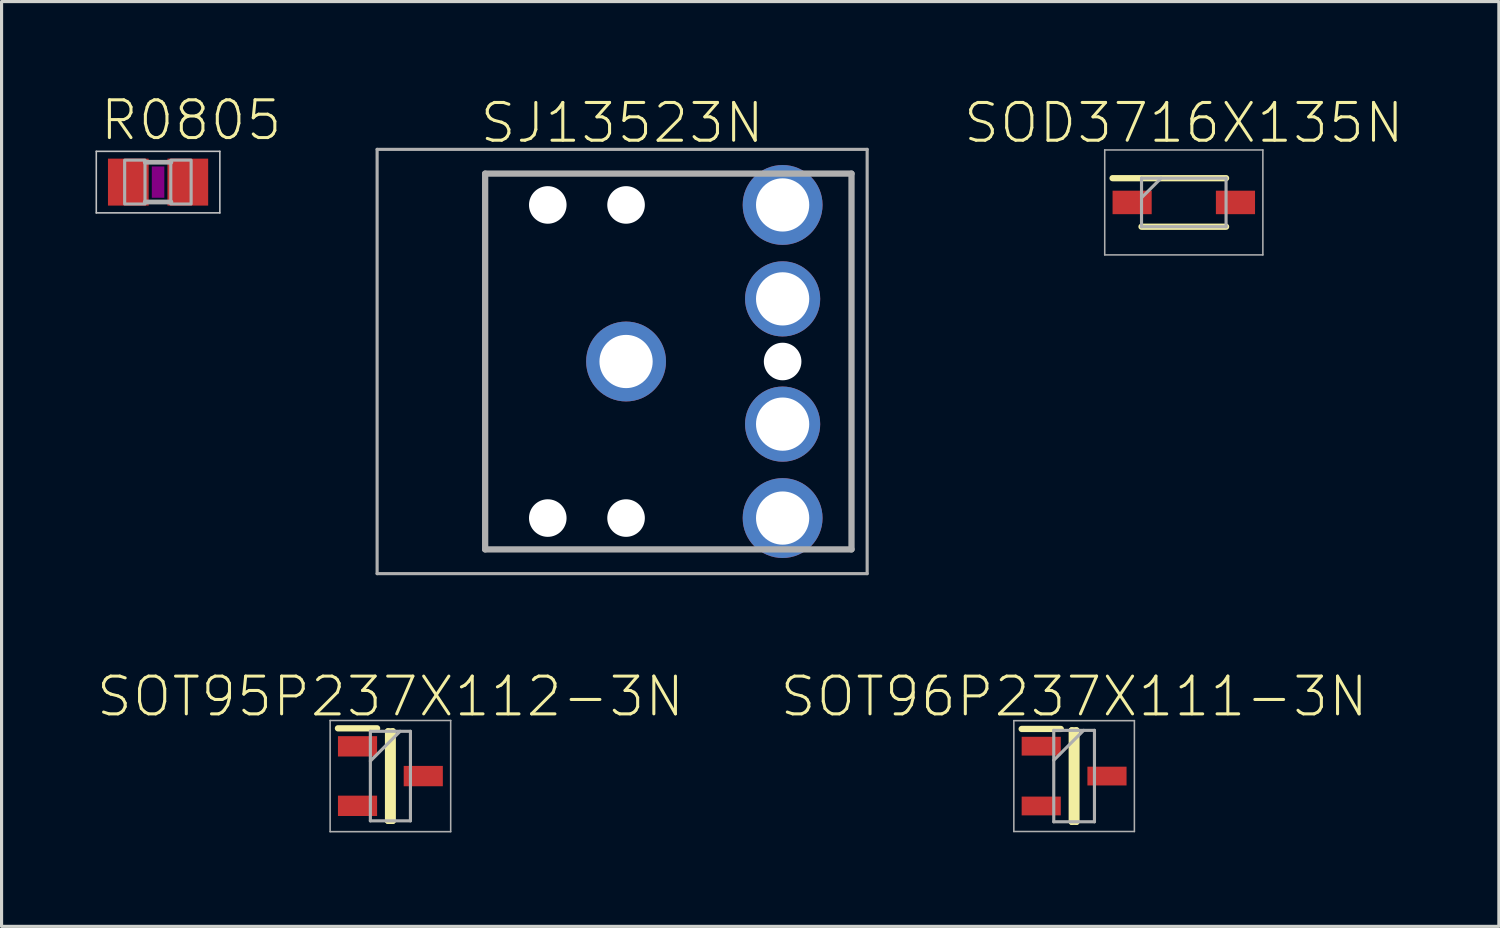
<source format=kicad_pcb>
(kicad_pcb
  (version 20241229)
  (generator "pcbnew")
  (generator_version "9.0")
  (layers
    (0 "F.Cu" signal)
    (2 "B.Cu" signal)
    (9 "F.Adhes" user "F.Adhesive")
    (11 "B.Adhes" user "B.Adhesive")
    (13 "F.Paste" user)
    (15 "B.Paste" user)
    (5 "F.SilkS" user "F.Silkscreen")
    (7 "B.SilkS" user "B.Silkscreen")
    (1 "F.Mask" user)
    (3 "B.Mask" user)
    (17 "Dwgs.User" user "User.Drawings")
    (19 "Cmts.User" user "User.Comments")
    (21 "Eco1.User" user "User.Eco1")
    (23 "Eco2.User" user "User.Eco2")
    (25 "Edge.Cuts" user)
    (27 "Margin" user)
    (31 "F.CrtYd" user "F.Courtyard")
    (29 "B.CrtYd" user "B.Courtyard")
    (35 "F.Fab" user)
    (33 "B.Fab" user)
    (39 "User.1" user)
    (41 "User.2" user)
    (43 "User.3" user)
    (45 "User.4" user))
  (footprint "SOT96P237X111-3N"
    (layer "F.Cu")
    (at 31.253 21.735)
    (property "Reference" "SOT96P237X111-3N" (at 0 -2.54 0) (layer "F.SilkS") (effects (font (size 1.206 1.206) (thickness 0.097))))
    (attr through_hole)
    (fp_line (start -1.675 -1.505) (end -0.425 -1.505) (stroke (width 0.2) (type solid)) (layer "F.SilkS"))
    (fp_line (start -0.075 -1.46) (end 0.075 -1.46) (stroke (width 0.2) (type solid)) (layer "F.SilkS"))
    (fp_line (start -0.075 1.46) (end -0.075 -1.46) (stroke (width 0.2) (type solid)) (layer "F.SilkS"))
    (fp_line (start 0.075 -1.46) (end 0.075 1.46) (stroke (width 0.2) (type solid)) (layer "F.SilkS"))
    (fp_line (start 0.075 1.46) (end -0.075 1.46) (stroke (width 0.2) (type solid)) (layer "F.SilkS"))
    (fp_line (start -1.925 -1.77) (end 1.925 -1.77) (stroke (width 0.05) (type solid)) (layer "F.Fab"))
    (fp_line (start -1.925 1.77) (end -1.925 -1.77) (stroke (width 0.05) (type solid)) (layer "F.Fab"))
    (fp_line (start -0.65 -1.46) (end 0.65 -1.46) (stroke (width 0.1) (type solid)) (layer "F.Fab"))
    (fp_line (start -0.65 -0.505) (end 0.305 -1.46) (stroke (width 0.1) (type solid)) (layer "F.Fab"))
    (fp_line (start -0.65 1.46) (end -0.65 -1.46) (stroke (width 0.1) (type solid)) (layer "F.Fab"))
    (fp_line (start 0.65 -1.46) (end 0.65 1.46) (stroke (width 0.1) (type solid)) (layer "F.Fab"))
    (fp_line (start 0.65 1.46) (end -0.65 1.46) (stroke (width 0.1) (type solid)) (layer "F.Fab"))
    (fp_line (start 1.925 -1.77) (end 1.925 1.77) (stroke (width 0.05) (type solid)) (layer "F.Fab"))
    (fp_line (start 1.925 1.77) (end -1.925 1.77) (stroke (width 0.05) (type solid)) (layer "F.Fab"))
    (pad "1" smd rect (at -1.05 -0.955) (size 1.25 0.6) (layers "F.Cu" "F.Mask" "F.Paste"))
    (pad "2" smd rect (at -1.05 0.955) (size 1.25 0.6) (layers "F.Cu" "F.Mask" "F.Paste"))
    (pad "3" smd rect (at 1.05 0) (size 1.25 0.6) (layers "F.Cu" "F.Mask" "F.Paste")))
  (footprint "SJ13523N"
    (layer "F.Cu")
    (at 12.444 8.495)
    (property "Reference" "SJ13523N" (at 4.375 -7.62 0) (layer "F.SilkS") (effects (font (size 1.206 1.206) (thickness 0.097))))
    (attr through_hole)
    (fp_line (start 0 -4) (end 0 4) (stroke (width 0.1) (type solid)) (layer "F.SilkS"))
    (fp_line (start 5.2 -6) (end 8.2 -6) (stroke (width 0.1) (type solid)) (layer "F.SilkS"))
    (fp_line (start 5.2 6) (end 8.2 6) (stroke (width 0.1) (type solid)) (layer "F.SilkS"))
    (fp_line (start 11.2 -6) (end 11.7 -6) (stroke (width 0.1) (type solid)) (layer "F.SilkS"))
    (fp_line (start 11.7 -6) (end 11.7 6) (stroke (width 0.1) (type solid)) (layer "F.SilkS"))
    (fp_line (start 11.7 6) (end 11.2 6) (stroke (width 0.1) (type solid)) (layer "F.SilkS"))
    (fp_line (start -3.45 -6.775) (end 12.2 -6.775) (stroke (width 0.1) (type solid)) (layer "F.Fab"))
    (fp_line (start -3.45 6.775) (end -3.45 -6.775) (stroke (width 0.1) (type solid)) (layer "F.Fab"))
    (fp_line (start 0 -6) (end 11.7 -6) (stroke (width 0.2) (type solid)) (layer "F.Fab"))
    (fp_line (start 0 6) (end 0 -6) (stroke (width 0.2) (type solid)) (layer "F.Fab"))
    (fp_line (start 11.7 -6) (end 11.7 6) (stroke (width 0.2) (type solid)) (layer "F.Fab"))
    (fp_line (start 11.7 6) (end 0 6) (stroke (width 0.2) (type solid)) (layer "F.Fab"))
    (fp_line (start 12.2 -6.775) (end 12.2 6.775) (stroke (width 0.1) (type solid)) (layer "F.Fab"))
    (fp_line (start 12.2 6.775) (end -3.45 6.775) (stroke (width 0.1) (type solid)) (layer "F.Fab"))
    (pad "" np_thru_hole circle (at 2 -5) (size 1.2 1.2) (drill 1.2) (layers "*.Cu" "*.Mask"))
    (pad "" np_thru_hole circle (at 2 5) (size 1.2 1.2) (drill 1.2) (layers "*.Cu" "*.Mask"))
    (pad "" np_thru_hole circle (at 4.5 -5) (size 1.2 1.2) (drill 1.2) (layers "*.Cu" "*.Mask"))
    (pad "" np_thru_hole circle (at 4.5 5) (size 1.2 1.2) (drill 1.2) (layers "*.Cu" "*.Mask"))
    (pad "" np_thru_hole circle (at 9.5 0) (size 1.2 1.2) (drill 1.2) (layers "*.Cu" "*.Mask"))
    (pad "1" thru_hole circle (at 4.5 0) (size 2.55 2.55) (drill 1.7) (layers "*.Cu" "*.Mask"))
    (pad "2" thru_hole circle (at 9.5 5) (size 2.55 2.55) (drill 1.7) (layers "*.Cu" "*.Mask"))
    (pad "3" thru_hole circle (at 9.5 -5) (size 2.55 2.55) (drill 1.7) (layers "*.Cu" "*.Mask"))
    (pad "10" thru_hole circle (at 9.5 2) (size 2.4 2.4) (drill 1.7) (layers "*.Cu" "*.Mask"))
    (pad "11" thru_hole circle (at 9.5 -2) (size 2.4 2.4) (drill 1.7) (layers "*.Cu" "*.Mask")))
  (footprint "SOD3716X135N"
    (layer "F.Cu")
    (at 34.756 3.415)
    (property "Reference" "SOD3716X135N" (at 0 -2.54 180) (layer "F.SilkS") (effects (font (size 1.206 1.206) (thickness 0.097))))
    (attr through_hole)
    (fp_line (start -2.275 -0.775) (end 1.35 -0.775) (stroke (width 0.2) (type solid)) (layer "F.SilkS"))
    (fp_line (start -1.35 0.775) (end 1.35 0.775) (stroke (width 0.2) (type solid)) (layer "F.SilkS"))
    (fp_line (start -2.525 -1.675) (end 2.525 -1.675) (stroke (width 0.05) (type solid)) (layer "F.Fab"))
    (fp_line (start -2.525 1.675) (end -2.525 -1.675) (stroke (width 0.05) (type solid)) (layer "F.Fab"))
    (fp_line (start -1.35 -0.775) (end 1.35 -0.775) (stroke (width 0.1) (type solid)) (layer "F.Fab"))
    (fp_line (start -1.35 -0.15) (end -0.725 -0.775) (stroke (width 0.1) (type solid)) (layer "F.Fab"))
    (fp_line (start -1.35 0.775) (end -1.35 -0.775) (stroke (width 0.1) (type solid)) (layer "F.Fab"))
    (fp_line (start 1.35 -0.775) (end 1.35 0.775) (stroke (width 0.1) (type solid)) (layer "F.Fab"))
    (fp_line (start 1.35 0.775) (end -1.35 0.775) (stroke (width 0.1) (type solid)) (layer "F.Fab"))
    (fp_line (start 2.525 -1.675) (end 2.525 1.675) (stroke (width 0.05) (type solid)) (layer "F.Fab"))
    (fp_line (start 2.525 1.675) (end -2.525 1.675) (stroke (width 0.05) (type solid)) (layer "F.Fab"))
    (pad "1" smd rect (at -1.65 0) (size 1.25 0.75) (layers "F.Cu" "F.Mask" "F.Paste"))
    (pad "2" smd rect (at 1.65 0) (size 1.25 0.75) (layers "F.Cu" "F.Mask" "F.Paste")))
  (footprint "SOT95P237X112-3N"
    (layer "F.Cu")
    (at 9.418 21.735)
    (property "Reference" "SOT95P237X112-3N" (at 0 -2.54 0) (layer "F.SilkS") (effects (font (size 1.206 1.206) (thickness 0.097))))
    (attr through_hole)
    (fp_line (start -1.675 -1.525) (end -0.425 -1.525) (stroke (width 0.2) (type solid)) (layer "F.SilkS"))
    (fp_line (start -0.075 -1.43) (end 0.075 -1.43) (stroke (width 0.2) (type solid)) (layer "F.SilkS"))
    (fp_line (start -0.075 1.43) (end -0.075 -1.43) (stroke (width 0.2) (type solid)) (layer "F.SilkS"))
    (fp_line (start 0.075 -1.43) (end 0.075 1.43) (stroke (width 0.2) (type solid)) (layer "F.SilkS"))
    (fp_line (start 0.075 1.43) (end -0.075 1.43) (stroke (width 0.2) (type solid)) (layer "F.SilkS"))
    (fp_line (start -1.925 -1.775) (end 1.925 -1.775) (stroke (width 0.05) (type solid)) (layer "F.Fab"))
    (fp_line (start -1.925 1.775) (end -1.925 -1.775) (stroke (width 0.05) (type solid)) (layer "F.Fab"))
    (fp_line (start -0.64 -1.43) (end 0.64 -1.43) (stroke (width 0.1) (type solid)) (layer "F.Fab"))
    (fp_line (start -0.64 -0.48) (end 0.31 -1.43) (stroke (width 0.1) (type solid)) (layer "F.Fab"))
    (fp_line (start -0.64 1.43) (end -0.64 -1.43) (stroke (width 0.1) (type solid)) (layer "F.Fab"))
    (fp_line (start 0.64 -1.43) (end 0.64 1.43) (stroke (width 0.1) (type solid)) (layer "F.Fab"))
    (fp_line (start 0.64 1.43) (end -0.64 1.43) (stroke (width 0.1) (type solid)) (layer "F.Fab"))
    (fp_line (start 1.925 -1.775) (end 1.925 1.775) (stroke (width 0.05) (type solid)) (layer "F.Fab"))
    (fp_line (start 1.925 1.775) (end -1.925 1.775) (stroke (width 0.05) (type solid)) (layer "F.Fab"))
    (pad "1" smd rect (at -1.05 -0.95) (size 1.25 0.65) (layers "F.Cu" "F.Mask" "F.Paste"))
    (pad "2" smd rect (at -1.05 0.95) (size 1.25 0.65) (layers "F.Cu" "F.Mask" "F.Paste"))
    (pad "3" smd rect (at 1.05 0) (size 1.25 0.65) (layers "F.Cu" "F.Mask" "F.Paste")))
  (footprint "R0805"
    (layer "F.Cu")
    (at 1.998 2.766)
    (property "Reference" "R0805" (at -1.905 -1.27 180) (layer "F.SilkS") (effects (font (size 1.206 1.206) (thickness 0.097)) (justify left bottom)))
    (attr through_hole)
    (fp_poly (pts (xy -0.2 0.5) (xy 0.2 0.5) (xy 0.2 -0.5) (xy -0.2 -0.5)) (stroke (width 0) (type solid)) (fill yes) (layer "F.Adhes"))
    (fp_line (start -1.973 -0.983) (end 1.973 -0.983) (stroke (width 0.051) (type solid)) (layer "Dwgs.User"))
    (fp_line (start -1.973 0.983) (end -1.973 -0.983) (stroke (width 0.051) (type solid)) (layer "Dwgs.User"))
    (fp_line (start 1.973 -0.983) (end 1.973 0.983) (stroke (width 0.051) (type solid)) (layer "Dwgs.User"))
    (fp_line (start 1.973 0.983) (end -1.973 0.983) (stroke (width 0.051) (type solid)) (layer "Dwgs.User"))
    (fp_line (start -0.41 -0.635) (end 0.41 -0.635) (stroke (width 0.152) (type solid)) (layer "F.Fab"))
    (fp_line (start -0.41 0.635) (end 0.41 0.635) (stroke (width 0.152) (type solid)) (layer "F.Fab"))
    (fp_poly (pts (xy -1.067 0.699) (xy -0.417 0.699) (xy -0.417 -0.702) (xy -1.067 -0.702)) (stroke (width 0.1) (type solid)) (fill no) (layer "F.Fab"))
    (fp_poly (pts (xy 0.406 0.699) (xy 1.056 0.699) (xy 1.056 -0.702) (xy 0.406 -0.702)) (stroke (width 0.1) (type solid)) (fill no) (layer "F.Fab"))
    (pad "1" smd rect (at -0.95 0) (size 1.3 1.5) (layers "F.Cu" "F.Mask" "F.Paste"))
    (pad "2" smd rect (at 0.95 0) (size 1.3 1.5) (layers "F.Cu" "F.Mask" "F.Paste")))
  (gr_rect
    (start -3 -3)
    (end 44.818 26.535)
    (stroke (width 0.1) (type default))
    (fill no)
    (layer "Edge.Cuts")))
</source>
